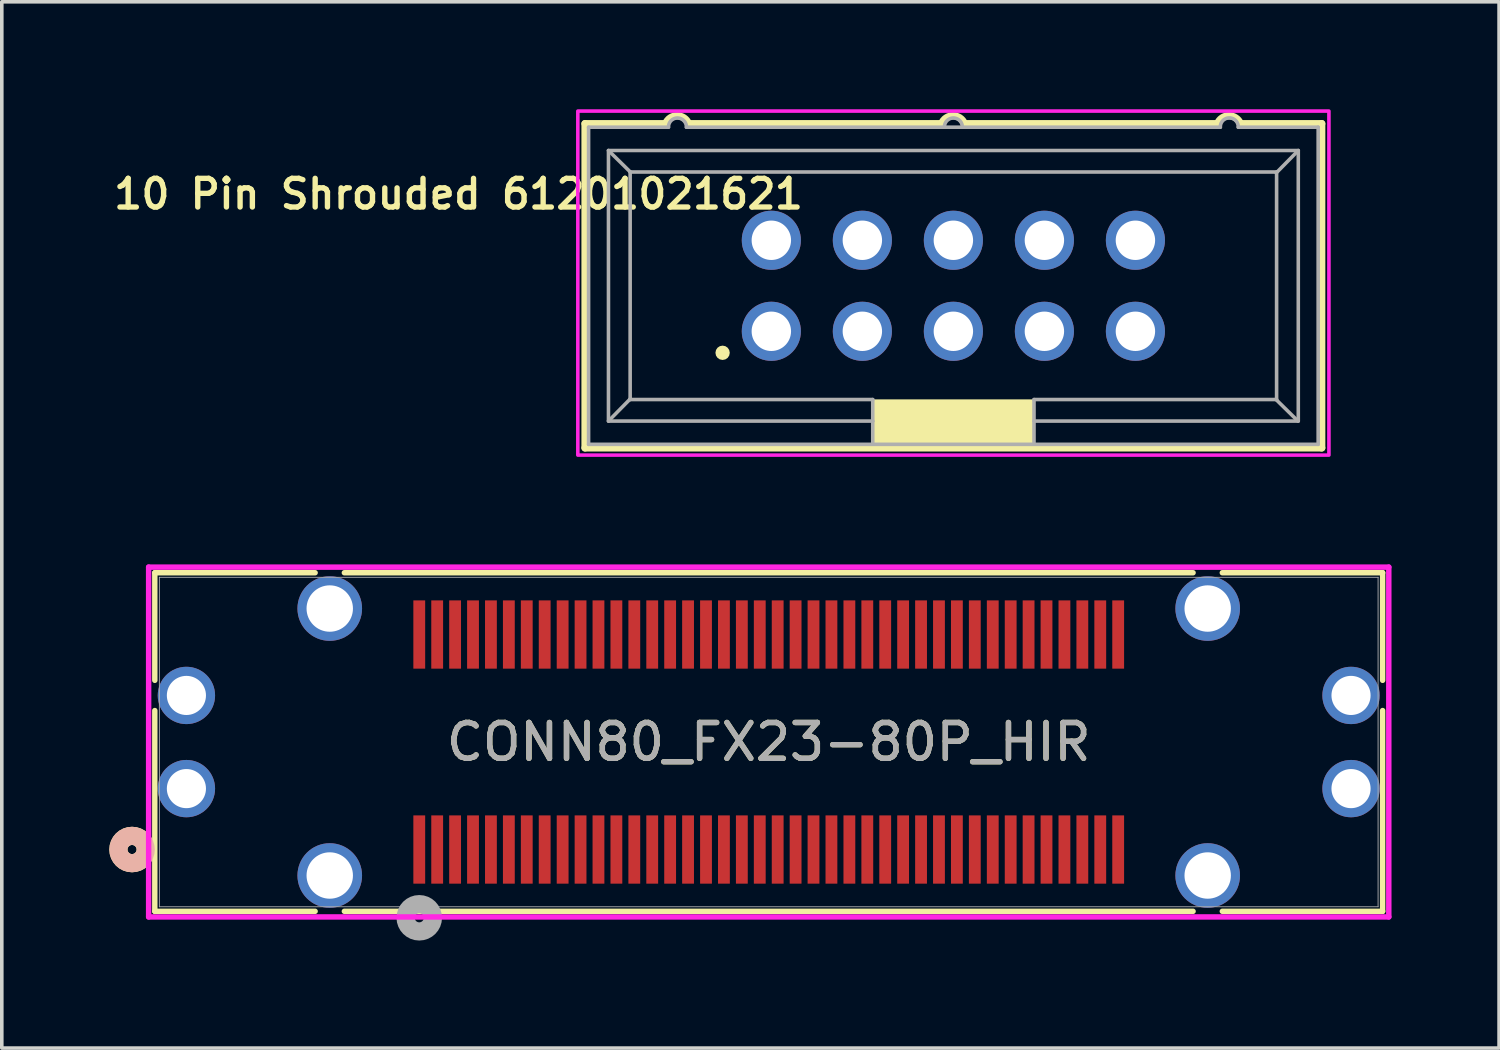
<source format=kicad_pcb>
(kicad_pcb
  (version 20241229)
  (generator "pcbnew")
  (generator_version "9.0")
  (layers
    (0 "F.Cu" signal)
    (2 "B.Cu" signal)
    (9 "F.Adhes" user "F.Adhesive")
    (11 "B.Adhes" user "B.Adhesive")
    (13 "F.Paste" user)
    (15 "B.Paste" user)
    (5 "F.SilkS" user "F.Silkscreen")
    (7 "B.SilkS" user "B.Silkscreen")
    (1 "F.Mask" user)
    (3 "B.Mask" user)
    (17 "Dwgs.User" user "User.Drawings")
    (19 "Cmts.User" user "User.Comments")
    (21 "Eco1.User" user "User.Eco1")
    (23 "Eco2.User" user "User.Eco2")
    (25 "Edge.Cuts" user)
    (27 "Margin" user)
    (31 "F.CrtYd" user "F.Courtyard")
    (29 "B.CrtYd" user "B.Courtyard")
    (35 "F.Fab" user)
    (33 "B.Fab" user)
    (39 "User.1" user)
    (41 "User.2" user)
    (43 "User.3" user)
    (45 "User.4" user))
  (footprint "10 Pin Shrouded 61201021621"
    (layer "F.Cu")
    (at 23.555 4.925)
    (property "Reference" "10 Pin Shrouded 61201021621" (at -13.81 -2.561 0) (layer "F.SilkS") (effects (font (size 0.8 0.8) (thickness 0.15))))
    (attr through_hole)
    (fp_line (start -10.28 -4.525) (end -10.28 4.525) (stroke (width 0.2) (type solid)) (layer "F.SilkS"))
    (fp_line (start -10.28 4.525) (end 10.28 4.525) (stroke (width 0.2) (type solid)) (layer "F.SilkS"))
    (fp_line (start -8.03 -4.525) (end -10.28 -4.525) (stroke (width 0.2) (type solid)) (layer "F.SilkS"))
    (fp_line (start -0.33 -4.525) (end -7.39 -4.525) (stroke (width 0.2) (type solid)) (layer "F.SilkS"))
    (fp_line (start 7.37 -4.525) (end 0.31 -4.525) (stroke (width 0.2) (type solid)) (layer "F.SilkS"))
    (fp_line (start 8.01 -4.525) (end 10.28 -4.525) (stroke (width 0.2) (type solid)) (layer "F.SilkS"))
    (fp_line (start 10.28 4.525) (end 10.28 -4.525) (stroke (width 0.2) (type solid)) (layer "F.SilkS"))
    (fp_arc (start -8.03 -4.525) (mid -7.71 -4.743547) (end -7.39 -4.525) (stroke (width 0.2) (type solid)) (layer "F.SilkS"))
    (fp_arc (start -0.33 -4.525) (mid -0.01 -4.743547) (end 0.31 -4.525) (stroke (width 0.2) (type solid)) (layer "F.SilkS"))
    (fp_arc (start 7.37 -4.525) (mid 7.69 -4.743547) (end 8.01 -4.525) (stroke (width 0.2) (type solid)) (layer "F.SilkS"))
    (fp_circle (center -6.44 1.87) (end -6.34 1.87) (stroke (width 0.2) (type solid)) (fill no) (layer "F.SilkS"))
    (fp_poly (pts (xy -2.25 3.175) (xy 2.25 3.175) (xy 2.25 4.425) (xy -2.25 4.425)) (stroke (width 0.01) (type solid)) (fill yes) (layer "F.SilkS"))
    (fp_poly (pts (xy -10.48 -4.875) (xy 10.48 -4.875) (xy 10.48 4.725) (xy -10.48 4.725)) (stroke (width 0.1) (type solid)) (fill no) (layer "F.CrtYd"))
    (fp_line (start -10.18 -4.425) (end -7.95 -4.425) (stroke (width 0.1) (type solid)) (layer "F.Fab"))
    (fp_line (start -10.18 4.425) (end -10.18 -4.425) (stroke (width 0.1) (type solid)) (layer "F.Fab"))
    (fp_line (start -9.625 -3.775) (end 9.625 -3.775) (stroke (width 0.1) (type solid)) (layer "F.Fab"))
    (fp_line (start -9.625 3.775) (end -9.625 -3.775) (stroke (width 0.1) (type solid)) (layer "F.Fab"))
    (fp_line (start -9.02 -3.175) (end 9.02 -3.175) (stroke (width 0.1) (type solid)) (layer "F.Fab"))
    (fp_line (start -9.02 3.16) (end -9.62 3.77) (stroke (width 0.1) (type solid)) (layer "F.Fab"))
    (fp_line (start -9.02 3.16) (end -9.02 -3.175) (stroke (width 0.1) (type solid)) (layer "F.Fab"))
    (fp_line (start -9.02 3.175) (end -9.02 3.16) (stroke (width 0.1) (type solid)) (layer "F.Fab"))
    (fp_line (start -9.01 -3.17) (end -9.62 -3.77) (stroke (width 0.1) (type solid)) (layer "F.Fab"))
    (fp_line (start -7.45 -4.425) (end 7.45 -4.425) (stroke (width 0.1) (type solid)) (layer "F.Fab"))
    (fp_line (start -2.25 3.175) (end -9.02 3.175) (stroke (width 0.1) (type solid)) (layer "F.Fab"))
    (fp_line (start -2.25 3.175) (end -2.25 3.775) (stroke (width 0.1) (type solid)) (layer "F.Fab"))
    (fp_line (start -2.25 3.775) (end -9.625 3.775) (stroke (width 0.1) (type solid)) (layer "F.Fab"))
    (fp_line (start -2.25 3.795) (end -2.25 4.395) (stroke (width 0.1) (type solid)) (layer "F.Fab"))
    (fp_line (start 2.25 3.175) (end 2.25 3.775) (stroke (width 0.1) (type solid)) (layer "F.Fab"))
    (fp_line (start 2.25 3.815) (end 2.25 4.415) (stroke (width 0.1) (type solid)) (layer "F.Fab"))
    (fp_line (start 7.95 -4.425) (end 10.18 -4.425) (stroke (width 0.1) (type solid)) (layer "F.Fab"))
    (fp_line (start 9 3.17) (end 9.61 3.77) (stroke (width 0.1) (type solid)) (layer "F.Fab"))
    (fp_line (start 9.01 -3.15) (end 9.61 -3.76) (stroke (width 0.1) (type solid)) (layer "F.Fab"))
    (fp_line (start 9.02 -3.175) (end 9.02 3.175) (stroke (width 0.1) (type solid)) (layer "F.Fab"))
    (fp_line (start 9.02 3.175) (end 2.25 3.175) (stroke (width 0.1) (type solid)) (layer "F.Fab"))
    (fp_line (start 9.625 -3.775) (end 9.625 3.775) (stroke (width 0.1) (type solid)) (layer "F.Fab"))
    (fp_line (start 9.625 3.775) (end 2.25 3.775) (stroke (width 0.1) (type solid)) (layer "F.Fab"))
    (fp_line (start 10.18 -4.425) (end 10.18 4.425) (stroke (width 0.1) (type solid)) (layer "F.Fab"))
    (fp_line (start 10.18 4.425) (end -10.18 4.425) (stroke (width 0.1) (type solid)) (layer "F.Fab"))
    (fp_arc (start -7.95 -4.425) (mid -7.7 -4.680051) (end -7.45 -4.425) (stroke (width 0.1) (type solid)) (layer "F.Fab"))
    (fp_arc (start -0.25 -4.425) (mid 0 -4.680051) (end 0.25 -4.425) (stroke (width 0.1) (type solid)) (layer "F.Fab"))
    (fp_arc (start 7.45 -4.425) (mid 7.7 -4.685195) (end 7.95 -4.425) (stroke (width 0.1) (type solid)) (layer "F.Fab"))
    (pad "1" thru_hole circle (at -5.08 1.27) (size 1.65 1.65) (drill 1.1) (layers "*.Cu" "*.Mask"))
    (pad "2" thru_hole circle (at -5.08 -1.27) (size 1.65 1.65) (drill 1.1) (layers "*.Cu" "*.Mask"))
    (pad "3" thru_hole circle (at -2.54 1.27) (size 1.65 1.65) (drill 1.1) (layers "*.Cu" "*.Mask"))
    (pad "4" thru_hole circle (at -2.54 -1.27) (size 1.65 1.65) (drill 1.1) (layers "*.Cu" "*.Mask"))
    (pad "5" thru_hole circle (at 0 1.27) (size 1.65 1.65) (drill 1.1) (layers "*.Cu" "*.Mask"))
    (pad "6" thru_hole circle (at 0 -1.27) (size 1.65 1.65) (drill 1.1) (layers "*.Cu" "*.Mask"))
    (pad "7" thru_hole circle (at 2.54 1.27) (size 1.65 1.65) (drill 1.1) (layers "*.Cu" "*.Mask"))
    (pad "8" thru_hole circle (at 2.54 -1.27) (size 1.65 1.65) (drill 1.1) (layers "*.Cu" "*.Mask"))
    (pad "9" thru_hole circle (at 5.08 1.27) (size 1.65 1.65) (drill 1.1) (layers "*.Cu" "*.Mask"))
    (pad "10" thru_hole circle (at 5.08 -1.27) (size 1.65 1.65) (drill 1.1) (layers "*.Cu" "*.Mask")))
  (footprint "CONN80_FX23-80P_HIR"
    (layer "F.Cu")
    (at 18.402 17.657)
    (property "Reference" "CONN80_FX23-80P_HIR" (at 0 0 0) (unlocked yes) (layer "F.SilkS") (effects (font (size 1 1) (thickness 0.15))))
    (attr smd)
    (fp_line (start -17.132 -4.724) (end -17.132 -1.722) (stroke (width 0.152) (type solid)) (layer "F.SilkS"))
    (fp_line (start -17.132 -0.878) (end -17.132 4.724) (stroke (width 0.152) (type solid)) (layer "F.SilkS"))
    (fp_line (start -17.132 4.724) (end -12.658 4.724) (stroke (width 0.152) (type solid)) (layer "F.SilkS"))
    (fp_line (start -12.658 -4.724) (end -17.132 -4.724) (stroke (width 0.152) (type solid)) (layer "F.SilkS"))
    (fp_line (start -11.842 4.724) (end 11.842 4.724) (stroke (width 0.152) (type solid)) (layer "F.SilkS"))
    (fp_line (start 11.842 -4.724) (end -11.842 -4.724) (stroke (width 0.152) (type solid)) (layer "F.SilkS"))
    (fp_line (start 12.658 4.724) (end 17.132 4.724) (stroke (width 0.152) (type solid)) (layer "F.SilkS"))
    (fp_line (start 17.132 -4.724) (end 12.658 -4.724) (stroke (width 0.152) (type solid)) (layer "F.SilkS"))
    (fp_line (start 17.132 -1.722) (end 17.132 -4.724) (stroke (width 0.152) (type solid)) (layer "F.SilkS"))
    (fp_line (start 17.132 4.724) (end 17.132 -0.878) (stroke (width 0.152) (type solid)) (layer "F.SilkS"))
    (fp_circle (center -17.767 3) (end -17.386 3) (stroke (width 0.508) (type solid)) (fill no) (layer "F.SilkS"))
    (fp_circle (center -17.767 3) (end -17.386 3) (stroke (width 0.508) (type solid)) (fill no) (layer "B.SilkS"))
    (fp_line (start -17.304 -4.881) (end -17.304 4.881) (stroke (width 0.152) (type solid)) (layer "F.CrtYd"))
    (fp_line (start -17.304 4.881) (end 17.304 4.881) (stroke (width 0.152) (type solid)) (layer "F.CrtYd"))
    (fp_line (start 17.304 -4.881) (end -17.304 -4.881) (stroke (width 0.152) (type solid)) (layer "F.CrtYd"))
    (fp_line (start 17.304 4.881) (end 17.304 -4.881) (stroke (width 0.152) (type solid)) (layer "F.CrtYd"))
    (fp_line (start -17.005 -4.597) (end -17.005 4.597) (stroke (width 0.025) (type solid)) (layer "F.Fab"))
    (fp_line (start -17.005 4.597) (end 17.005 4.597) (stroke (width 0.025) (type solid)) (layer "F.Fab"))
    (fp_line (start 17.005 -4.597) (end -17.005 -4.597) (stroke (width 0.025) (type solid)) (layer "F.Fab"))
    (fp_line (start 17.005 4.597) (end 17.005 -4.597) (stroke (width 0.025) (type solid)) (layer "F.Fab"))
    (fp_circle (center -9.752 4.905) (end -9.371 4.905) (stroke (width 0.508) (type solid)) (fill no) (layer "F.Fab"))
    (fp_text user "${REFERENCE}" (at 0 0 0) (unlocked yes) (layer "F.Fab") (effects (font (size 1 1) (thickness 0.15))))
    (pad "1" smd rect (at -9.752 3) (size 0.33 1.905) (layers "F.Cu" "F.Mask" "F.Paste"))
    (pad "2" smd rect (at -9.252 3) (size 0.33 1.905) (layers "F.Cu" "F.Mask" "F.Paste"))
    (pad "3" smd rect (at -8.752 3) (size 0.33 1.905) (layers "F.Cu" "F.Mask" "F.Paste"))
    (pad "4" smd rect (at -8.252 3) (size 0.33 1.905) (layers "F.Cu" "F.Mask" "F.Paste"))
    (pad "5" smd rect (at -7.752 3) (size 0.33 1.905) (layers "F.Cu" "F.Mask" "F.Paste"))
    (pad "6" smd rect (at -7.252 3) (size 0.33 1.905) (layers "F.Cu" "F.Mask" "F.Paste"))
    (pad "7" smd rect (at -6.752 3) (size 0.33 1.905) (layers "F.Cu" "F.Mask" "F.Paste"))
    (pad "8" smd rect (at -6.252 3) (size 0.33 1.905) (layers "F.Cu" "F.Mask" "F.Paste"))
    (pad "9" smd rect (at -5.751 3) (size 0.33 1.905) (layers "F.Cu" "F.Mask" "F.Paste"))
    (pad "10" smd rect (at -5.251 3) (size 0.33 1.905) (layers "F.Cu" "F.Mask" "F.Paste"))
    (pad "11" smd rect (at -4.751 3) (size 0.33 1.905) (layers "F.Cu" "F.Mask" "F.Paste"))
    (pad "12" smd rect (at -4.251 3) (size 0.33 1.905) (layers "F.Cu" "F.Mask" "F.Paste"))
    (pad "13" smd rect (at -3.751 3) (size 0.33 1.905) (layers "F.Cu" "F.Mask" "F.Paste"))
    (pad "14" smd rect (at -3.251 3) (size 0.33 1.905) (layers "F.Cu" "F.Mask" "F.Paste"))
    (pad "15" smd rect (at -2.751 3) (size 0.33 1.905) (layers "F.Cu" "F.Mask" "F.Paste"))
    (pad "16" smd rect (at -2.251 3) (size 0.33 1.905) (layers "F.Cu" "F.Mask" "F.Paste"))
    (pad "17" smd rect (at -1.75 3) (size 0.33 1.905) (layers "F.Cu" "F.Mask" "F.Paste"))
    (pad "18" smd rect (at -1.25 3) (size 0.33 1.905) (layers "F.Cu" "F.Mask" "F.Paste"))
    (pad "19" smd rect (at -0.75 3) (size 0.33 1.905) (layers "F.Cu" "F.Mask" "F.Paste"))
    (pad "20" smd rect (at -0.25 3) (size 0.33 1.905) (layers "F.Cu" "F.Mask" "F.Paste"))
    (pad "21" smd rect (at 0.25 3) (size 0.33 1.905) (layers "F.Cu" "F.Mask" "F.Paste"))
    (pad "22" smd rect (at 0.75 3) (size 0.33 1.905) (layers "F.Cu" "F.Mask" "F.Paste"))
    (pad "23" smd rect (at 1.25 3) (size 0.33 1.905) (layers "F.Cu" "F.Mask" "F.Paste"))
    (pad "24" smd rect (at 1.75 3) (size 0.33 1.905) (layers "F.Cu" "F.Mask" "F.Paste"))
    (pad "25" smd rect (at 2.251 3) (size 0.33 1.905) (layers "F.Cu" "F.Mask" "F.Paste"))
    (pad "26" smd rect (at 2.751 3) (size 0.33 1.905) (layers "F.Cu" "F.Mask" "F.Paste"))
    (pad "27" smd rect (at 3.251 3) (size 0.33 1.905) (layers "F.Cu" "F.Mask" "F.Paste"))
    (pad "28" smd rect (at 3.751 3) (size 0.33 1.905) (layers "F.Cu" "F.Mask" "F.Paste"))
    (pad "29" smd rect (at 4.251 3) (size 0.33 1.905) (layers "F.Cu" "F.Mask" "F.Paste"))
    (pad "30" smd rect (at 4.751 3) (size 0.33 1.905) (layers "F.Cu" "F.Mask" "F.Paste"))
    (pad "31" smd rect (at 5.251 3) (size 0.33 1.905) (layers "F.Cu" "F.Mask" "F.Paste"))
    (pad "32" smd rect (at 5.751 3) (size 0.33 1.905) (layers "F.Cu" "F.Mask" "F.Paste"))
    (pad "33" smd rect (at 6.252 3) (size 0.33 1.905) (layers "F.Cu" "F.Mask" "F.Paste"))
    (pad "34" smd rect (at 6.752 3) (size 0.33 1.905) (layers "F.Cu" "F.Mask" "F.Paste"))
    (pad "35" smd rect (at 7.252 3) (size 0.33 1.905) (layers "F.Cu" "F.Mask" "F.Paste"))
    (pad "36" smd rect (at 7.752 3) (size 0.33 1.905) (layers "F.Cu" "F.Mask" "F.Paste"))
    (pad "37" smd rect (at 8.252 3) (size 0.33 1.905) (layers "F.Cu" "F.Mask" "F.Paste"))
    (pad "38" smd rect (at 8.752 3) (size 0.33 1.905) (layers "F.Cu" "F.Mask" "F.Paste"))
    (pad "39" smd rect (at 9.252 3) (size 0.33 1.905) (layers "F.Cu" "F.Mask" "F.Paste"))
    (pad "40" smd rect (at 9.752 3) (size 0.33 1.905) (layers "F.Cu" "F.Mask" "F.Paste"))
    (pad "41" smd rect (at -9.752 -3) (size 0.33 1.905) (layers "F.Cu" "F.Mask" "F.Paste"))
    (pad "42" smd rect (at -9.252 -3) (size 0.33 1.905) (layers "F.Cu" "F.Mask" "F.Paste"))
    (pad "43" smd rect (at -8.752 -3) (size 0.33 1.905) (layers "F.Cu" "F.Mask" "F.Paste"))
    (pad "44" smd rect (at -8.252 -3) (size 0.33 1.905) (layers "F.Cu" "F.Mask" "F.Paste"))
    (pad "45" smd rect (at -7.752 -3) (size 0.33 1.905) (layers "F.Cu" "F.Mask" "F.Paste"))
    (pad "46" smd rect (at -7.252 -3) (size 0.33 1.905) (layers "F.Cu" "F.Mask" "F.Paste"))
    (pad "47" smd rect (at -6.752 -3) (size 0.33 1.905) (layers "F.Cu" "F.Mask" "F.Paste"))
    (pad "48" smd rect (at -6.252 -3) (size 0.33 1.905) (layers "F.Cu" "F.Mask" "F.Paste"))
    (pad "49" smd rect (at -5.751 -3) (size 0.33 1.905) (layers "F.Cu" "F.Mask" "F.Paste"))
    (pad "50" smd rect (at -5.251 -3) (size 0.33 1.905) (layers "F.Cu" "F.Mask" "F.Paste"))
    (pad "51" smd rect (at -4.751 -3) (size 0.33 1.905) (layers "F.Cu" "F.Mask" "F.Paste"))
    (pad "52" smd rect (at -4.251 -3) (size 0.33 1.905) (layers "F.Cu" "F.Mask" "F.Paste"))
    (pad "53" smd rect (at -3.751 -3) (size 0.33 1.905) (layers "F.Cu" "F.Mask" "F.Paste"))
    (pad "54" smd rect (at -3.251 -3) (size 0.33 1.905) (layers "F.Cu" "F.Mask" "F.Paste"))
    (pad "55" smd rect (at -2.751 -3) (size 0.33 1.905) (layers "F.Cu" "F.Mask" "F.Paste"))
    (pad "56" smd rect (at -2.251 -3) (size 0.33 1.905) (layers "F.Cu" "F.Mask" "F.Paste"))
    (pad "57" smd rect (at -1.75 -3) (size 0.33 1.905) (layers "F.Cu" "F.Mask" "F.Paste"))
    (pad "58" smd rect (at -1.25 -3) (size 0.33 1.905) (layers "F.Cu" "F.Mask" "F.Paste"))
    (pad "59" smd rect (at -0.75 -3) (size 0.33 1.905) (layers "F.Cu" "F.Mask" "F.Paste"))
    (pad "60" smd rect (at -0.25 -3) (size 0.33 1.905) (layers "F.Cu" "F.Mask" "F.Paste"))
    (pad "61" smd rect (at 0.25 -3) (size 0.33 1.905) (layers "F.Cu" "F.Mask" "F.Paste"))
    (pad "62" smd rect (at 0.75 -3) (size 0.33 1.905) (layers "F.Cu" "F.Mask" "F.Paste"))
    (pad "63" smd rect (at 1.25 -3) (size 0.33 1.905) (layers "F.Cu" "F.Mask" "F.Paste"))
    (pad "64" smd rect (at 1.75 -3) (size 0.33 1.905) (layers "F.Cu" "F.Mask" "F.Paste"))
    (pad "65" smd rect (at 2.251 -3) (size 0.33 1.905) (layers "F.Cu" "F.Mask" "F.Paste"))
    (pad "66" smd rect (at 2.751 -3) (size 0.33 1.905) (layers "F.Cu" "F.Mask" "F.Paste"))
    (pad "67" smd rect (at 3.251 -3) (size 0.33 1.905) (layers "F.Cu" "F.Mask" "F.Paste"))
    (pad "68" smd rect (at 3.751 -3) (size 0.33 1.905) (layers "F.Cu" "F.Mask" "F.Paste"))
    (pad "69" smd rect (at 4.251 -3) (size 0.33 1.905) (layers "F.Cu" "F.Mask" "F.Paste"))
    (pad "70" smd rect (at 4.751 -3) (size 0.33 1.905) (layers "F.Cu" "F.Mask" "F.Paste"))
    (pad "71" smd rect (at 5.251 -3) (size 0.33 1.905) (layers "F.Cu" "F.Mask" "F.Paste"))
    (pad "72" smd rect (at 5.751 -3) (size 0.33 1.905) (layers "F.Cu" "F.Mask" "F.Paste"))
    (pad "73" smd rect (at 6.252 -3) (size 0.33 1.905) (layers "F.Cu" "F.Mask" "F.Paste"))
    (pad "74" smd rect (at 6.752 -3) (size 0.33 1.905) (layers "F.Cu" "F.Mask" "F.Paste"))
    (pad "75" smd rect (at 7.252 -3) (size 0.33 1.905) (layers "F.Cu" "F.Mask" "F.Paste"))
    (pad "76" smd rect (at 7.752 -3) (size 0.33 1.905) (layers "F.Cu" "F.Mask" "F.Paste"))
    (pad "77" smd rect (at 8.252 -3) (size 0.33 1.905) (layers "F.Cu" "F.Mask" "F.Paste"))
    (pad "78" smd rect (at 8.752 -3) (size 0.33 1.905) (layers "F.Cu" "F.Mask" "F.Paste"))
    (pad "79" smd rect (at 9.252 -3) (size 0.33 1.905) (layers "F.Cu" "F.Mask" "F.Paste"))
    (pad "80" smd rect (at 9.752 -3) (size 0.33 1.905) (layers "F.Cu" "F.Mask" "F.Paste"))
    (pad "81" thru_hole circle (at -12.25 -3.725) (size 1.803 1.803) (drill 1.295) (layers "*.Cu" "*.Mask"))
    (pad "82" thru_hole circle (at 12.25 -3.725) (size 1.803 1.803) (drill 1.295) (layers "*.Cu" "*.Mask"))
    (pad "83" thru_hole circle (at -12.25 3.725) (size 1.803 1.803) (drill 1.295) (layers "*.Cu" "*.Mask"))
    (pad "84" thru_hole circle (at 12.25 3.725) (size 1.803 1.803) (drill 1.295) (layers "*.Cu" "*.Mask"))
    (pad "85" thru_hole circle (at -16.25 -1.3) (size 1.6 1.6) (drill 1.092) (layers "*.Cu" "*.Mask"))
    (pad "86" thru_hole circle (at 16.25 -1.3) (size 1.6 1.6) (drill 1.092) (layers "*.Cu" "*.Mask"))
    (pad "87" thru_hole circle (at -16.25 1.3) (size 1.6 1.6) (drill 1.092) (layers "*.Cu" "*.Mask"))
    (pad "88" thru_hole circle (at 16.25 1.3) (size 1.6 1.6) (drill 1.092) (layers "*.Cu" "*.Mask")))
  (gr_rect
    (start -3 -3)
    (end 38.783 26.197)
    (stroke (width 0.1) (type default))
    (fill no)
    (layer "Edge.Cuts")))
</source>
